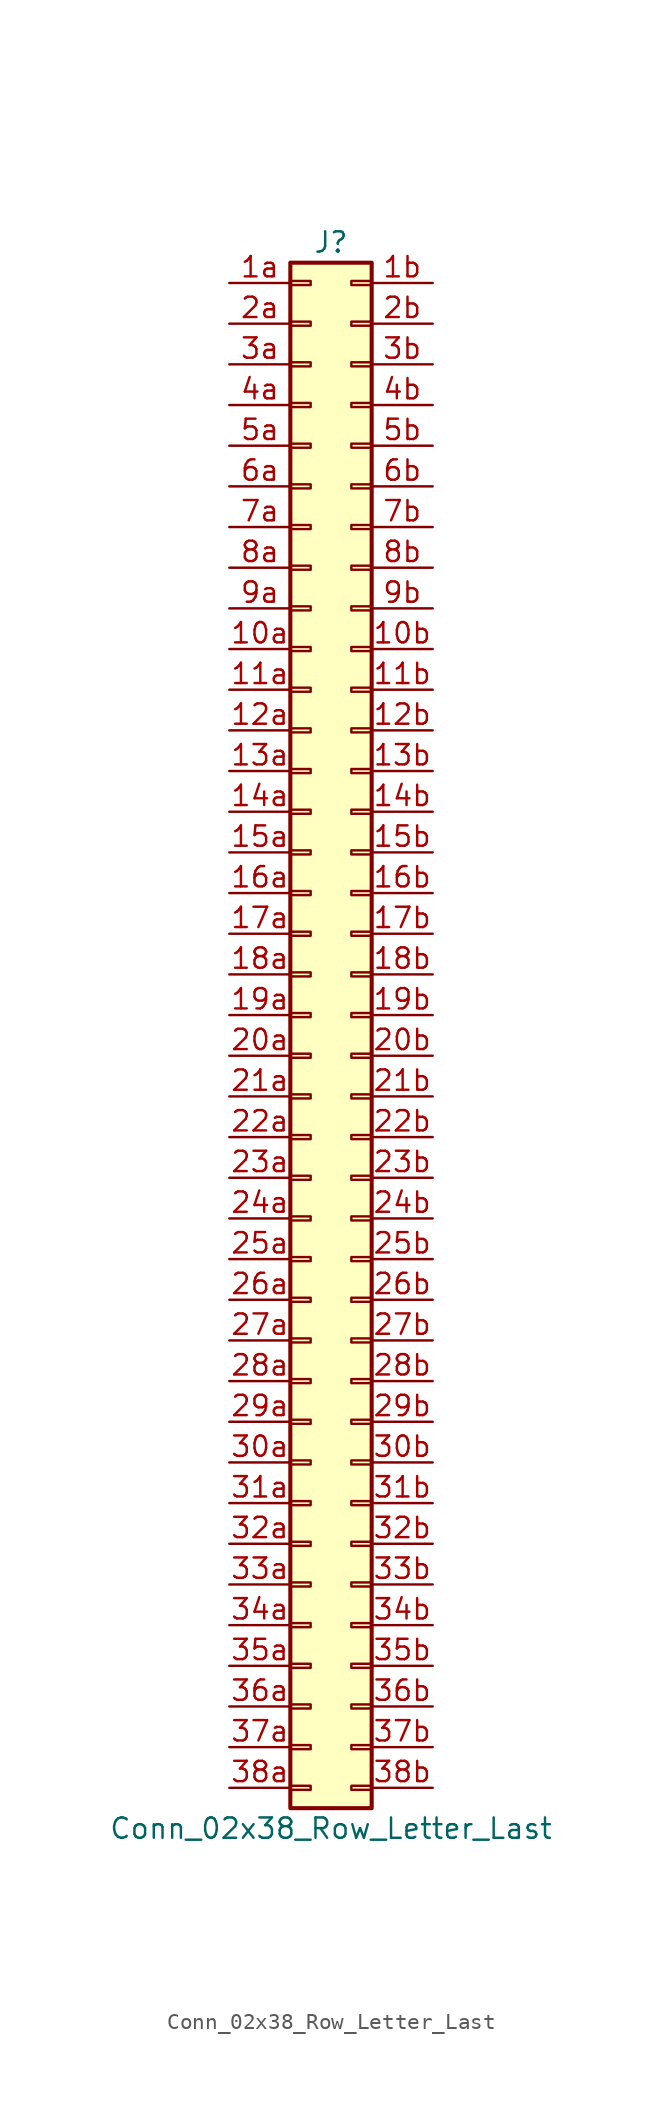
<source format=kicad_sym>
(kicad_symbol_lib
  (version 20201005)
  (generator kicad_symbol_editor)
  (symbol "Conn_02x38_Row_Letter_Last"
    (pin_names
      (offset 1.016) hide)
    (property "Reference" "J"
      (at 1.27 48.26 0)
      (effects (font (size 1.27 1.27))))
    (property "Value" "Conn_02x38_Row_Letter_Last"
      (at 1.27 -50.8 0)
      (effects (font (size 1.27 1.27))))
    (symbol "Conn_02x38_Row_Letter_Last_1_1"
      (rectangle (start -1.27 -48.133) (end 0 -48.387) (stroke (width 0.152)) (fill (type none)))
      (rectangle (start -1.27 -45.593) (end 0 -45.847) (stroke (width 0.152)) (fill (type none)))
      (rectangle (start -1.27 -43.053) (end 0 -43.307) (stroke (width 0.152)) (fill (type none)))
      (rectangle (start -1.27 -40.513) (end 0 -40.767) (stroke (width 0.152)) (fill (type none)))
      (rectangle (start -1.27 -37.973) (end 0 -38.227) (stroke (width 0.152)) (fill (type none)))
      (rectangle (start -1.27 -35.433) (end 0 -35.687) (stroke (width 0.152)) (fill (type none)))
      (rectangle (start -1.27 -32.893) (end 0 -33.147) (stroke (width 0.152)) (fill (type none)))
      (rectangle (start -1.27 -30.353) (end 0 -30.607) (stroke (width 0.152)) (fill (type none)))
      (rectangle (start -1.27 -27.813) (end 0 -28.067) (stroke (width 0.152)) (fill (type none)))
      (rectangle (start -1.27 -25.273) (end 0 -25.527) (stroke (width 0.152)) (fill (type none)))
      (rectangle (start -1.27 -22.733) (end 0 -22.987) (stroke (width 0.152)) (fill (type none)))
      (rectangle (start -1.27 -20.193) (end 0 -20.447) (stroke (width 0.152)) (fill (type none)))
      (rectangle (start -1.27 -17.653) (end 0 -17.907) (stroke (width 0.152)) (fill (type none)))
      (rectangle (start -1.27 -15.113) (end 0 -15.367) (stroke (width 0.152)) (fill (type none)))
      (rectangle (start -1.27 -12.573) (end 0 -12.827) (stroke (width 0.152)) (fill (type none)))
      (rectangle (start -1.27 -10.033) (end 0 -10.287) (stroke (width 0.152)) (fill (type none)))
      (rectangle (start -1.27 -7.493) (end 0 -7.747) (stroke (width 0.152)) (fill (type none)))
      (rectangle (start -1.27 -4.953) (end 0 -5.207) (stroke (width 0.152)) (fill (type none)))
      (rectangle (start -1.27 -2.413) (end 0 -2.667) (stroke (width 0.152)) (fill (type none)))
      (rectangle (start -1.27 0.127) (end 0 -0.127) (stroke (width 0.152)) (fill (type none)))
      (rectangle (start -1.27 2.667) (end 0 2.413) (stroke (width 0.152)) (fill (type none)))
      (rectangle (start -1.27 5.207) (end 0 4.953) (stroke (width 0.152)) (fill (type none)))
      (rectangle (start -1.27 7.747) (end 0 7.493) (stroke (width 0.152)) (fill (type none)))
      (rectangle (start -1.27 10.287) (end 0 10.033) (stroke (width 0.152)) (fill (type none)))
      (rectangle (start -1.27 12.827) (end 0 12.573) (stroke (width 0.152)) (fill (type none)))
      (rectangle (start -1.27 15.367) (end 0 15.113) (stroke (width 0.152)) (fill (type none)))
      (rectangle (start -1.27 17.907) (end 0 17.653) (stroke (width 0.152)) (fill (type none)))
      (rectangle (start -1.27 20.447) (end 0 20.193) (stroke (width 0.152)) (fill (type none)))
      (rectangle (start -1.27 22.987) (end 0 22.733) (stroke (width 0.152)) (fill (type none)))
      (rectangle (start -1.27 25.527) (end 0 25.273) (stroke (width 0.152)) (fill (type none)))
      (rectangle (start -1.27 28.067) (end 0 27.813) (stroke (width 0.152)) (fill (type none)))
      (rectangle (start -1.27 30.607) (end 0 30.353) (stroke (width 0.152)) (fill (type none)))
      (rectangle (start -1.27 33.147) (end 0 32.893) (stroke (width 0.152)) (fill (type none)))
      (rectangle (start -1.27 35.687) (end 0 35.433) (stroke (width 0.152)) (fill (type none)))
      (rectangle (start -1.27 38.227) (end 0 37.973) (stroke (width 0.152)) (fill (type none)))
      (rectangle (start -1.27 40.767) (end 0 40.513) (stroke (width 0.152)) (fill (type none)))
      (rectangle (start -1.27 43.307) (end 0 43.053) (stroke (width 0.152)) (fill (type none)))
      (rectangle (start -1.27 45.847) (end 0 45.593) (stroke (width 0.152)) (fill (type none)))
      (rectangle (start 3.81 -48.133) (end 2.54 -48.387) (stroke (width 0.152)) (fill (type none)))
      (rectangle (start 3.81 -45.593) (end 2.54 -45.847) (stroke (width 0.152)) (fill (type none)))
      (rectangle (start 3.81 -43.053) (end 2.54 -43.307) (stroke (width 0.152)) (fill (type none)))
      (rectangle (start 3.81 -40.513) (end 2.54 -40.767) (stroke (width 0.152)) (fill (type none)))
      (rectangle (start 3.81 -37.973) (end 2.54 -38.227) (stroke (width 0.152)) (fill (type none)))
      (rectangle (start 3.81 -35.433) (end 2.54 -35.687) (stroke (width 0.152)) (fill (type none)))
      (rectangle (start 3.81 -32.893) (end 2.54 -33.147) (stroke (width 0.152)) (fill (type none)))
      (rectangle (start 3.81 -30.353) (end 2.54 -30.607) (stroke (width 0.152)) (fill (type none)))
      (rectangle (start 3.81 -27.813) (end 2.54 -28.067) (stroke (width 0.152)) (fill (type none)))
      (rectangle (start 3.81 -25.273) (end 2.54 -25.527) (stroke (width 0.152)) (fill (type none)))
      (rectangle (start 3.81 -22.733) (end 2.54 -22.987) (stroke (width 0.152)) (fill (type none)))
      (rectangle (start 3.81 -20.193) (end 2.54 -20.447) (stroke (width 0.152)) (fill (type none)))
      (rectangle (start 3.81 -17.653) (end 2.54 -17.907) (stroke (width 0.152)) (fill (type none)))
      (rectangle (start 3.81 -15.113) (end 2.54 -15.367) (stroke (width 0.152)) (fill (type none)))
      (rectangle (start 3.81 -12.573) (end 2.54 -12.827) (stroke (width 0.152)) (fill (type none)))
      (rectangle (start 3.81 -10.033) (end 2.54 -10.287) (stroke (width 0.152)) (fill (type none)))
      (rectangle (start 3.81 -7.493) (end 2.54 -7.747) (stroke (width 0.152)) (fill (type none)))
      (rectangle (start 3.81 -4.953) (end 2.54 -5.207) (stroke (width 0.152)) (fill (type none)))
      (rectangle (start 3.81 -2.413) (end 2.54 -2.667) (stroke (width 0.152)) (fill (type none)))
      (rectangle (start 3.81 0.127) (end 2.54 -0.127) (stroke (width 0.152)) (fill (type none)))
      (rectangle (start 3.81 2.667) (end 2.54 2.413) (stroke (width 0.152)) (fill (type none)))
      (rectangle (start 3.81 5.207) (end 2.54 4.953) (stroke (width 0.152)) (fill (type none)))
      (rectangle (start 3.81 7.747) (end 2.54 7.493) (stroke (width 0.152)) (fill (type none)))
      (rectangle (start 3.81 10.287) (end 2.54 10.033) (stroke (width 0.152)) (fill (type none)))
      (rectangle (start 3.81 12.827) (end 2.54 12.573) (stroke (width 0.152)) (fill (type none)))
      (rectangle (start 3.81 15.367) (end 2.54 15.113) (stroke (width 0.152)) (fill (type none)))
      (rectangle (start 3.81 17.907) (end 2.54 17.653) (stroke (width 0.152)) (fill (type none)))
      (rectangle (start 3.81 20.447) (end 2.54 20.193) (stroke (width 0.152)) (fill (type none)))
      (rectangle (start 3.81 22.987) (end 2.54 22.733) (stroke (width 0.152)) (fill (type none)))
      (rectangle (start 3.81 25.527) (end 2.54 25.273) (stroke (width 0.152)) (fill (type none)))
      (rectangle (start 3.81 28.067) (end 2.54 27.813) (stroke (width 0.152)) (fill (type none)))
      (rectangle (start 3.81 30.607) (end 2.54 30.353) (stroke (width 0.152)) (fill (type none)))
      (rectangle (start 3.81 33.147) (end 2.54 32.893) (stroke (width 0.152)) (fill (type none)))
      (rectangle (start 3.81 35.687) (end 2.54 35.433) (stroke (width 0.152)) (fill (type none)))
      (rectangle (start 3.81 38.227) (end 2.54 37.973) (stroke (width 0.152)) (fill (type none)))
      (rectangle (start 3.81 40.767) (end 2.54 40.513) (stroke (width 0.152)) (fill (type none)))
      (rectangle (start 3.81 43.307) (end 2.54 43.053) (stroke (width 0.152)) (fill (type none)))
      (rectangle (start 3.81 45.847) (end 2.54 45.593) (stroke (width 0.152)) (fill (type none)))
      (rectangle (start -1.27 46.99) (end 3.81 -49.53) (stroke (width 0.254)) (fill (type background)))
      (pin passive line (at -5.08 22.86 0) (length 3.81) (name "Pin_10a" (effects (font (size 1.27 1.27)))) (number "10a" (effects (font (size 1.27 1.27)))))
      (pin passive line (at 7.62 22.86 180) (length 3.81) (name "Pin_10b" (effects (font (size 1.27 1.27)))) (number "10b" (effects (font (size 1.27 1.27)))))
      (pin passive line (at -5.08 20.32 0) (length 3.81) (name "Pin_11a" (effects (font (size 1.27 1.27)))) (number "11a" (effects (font (size 1.27 1.27)))))
      (pin passive line (at 7.62 20.32 180) (length 3.81) (name "Pin_11b" (effects (font (size 1.27 1.27)))) (number "11b" (effects (font (size 1.27 1.27)))))
      (pin passive line (at -5.08 17.78 0) (length 3.81) (name "Pin_12a" (effects (font (size 1.27 1.27)))) (number "12a" (effects (font (size 1.27 1.27)))))
      (pin passive line (at 7.62 17.78 180) (length 3.81) (name "Pin_12b" (effects (font (size 1.27 1.27)))) (number "12b" (effects (font (size 1.27 1.27)))))
      (pin passive line (at -5.08 15.24 0) (length 3.81) (name "Pin_13a" (effects (font (size 1.27 1.27)))) (number "13a" (effects (font (size 1.27 1.27)))))
      (pin passive line (at 7.62 15.24 180) (length 3.81) (name "Pin_13b" (effects (font (size 1.27 1.27)))) (number "13b" (effects (font (size 1.27 1.27)))))
      (pin passive line (at -5.08 12.7 0) (length 3.81) (name "Pin_14a" (effects (font (size 1.27 1.27)))) (number "14a" (effects (font (size 1.27 1.27)))))
      (pin passive line (at 7.62 12.7 180) (length 3.81) (name "Pin_14b" (effects (font (size 1.27 1.27)))) (number "14b" (effects (font (size 1.27 1.27)))))
      (pin passive line (at -5.08 10.16 0) (length 3.81) (name "Pin_15a" (effects (font (size 1.27 1.27)))) (number "15a" (effects (font (size 1.27 1.27)))))
      (pin passive line (at 7.62 10.16 180) (length 3.81) (name "Pin_15b" (effects (font (size 1.27 1.27)))) (number "15b" (effects (font (size 1.27 1.27)))))
      (pin passive line (at -5.08 7.62 0) (length 3.81) (name "Pin_16a" (effects (font (size 1.27 1.27)))) (number "16a" (effects (font (size 1.27 1.27)))))
      (pin passive line (at 7.62 7.62 180) (length 3.81) (name "Pin_16b" (effects (font (size 1.27 1.27)))) (number "16b" (effects (font (size 1.27 1.27)))))
      (pin passive line (at -5.08 5.08 0) (length 3.81) (name "Pin_17a" (effects (font (size 1.27 1.27)))) (number "17a" (effects (font (size 1.27 1.27)))))
      (pin passive line (at 7.62 5.08 180) (length 3.81) (name "Pin_17b" (effects (font (size 1.27 1.27)))) (number "17b" (effects (font (size 1.27 1.27)))))
      (pin passive line (at -5.08 2.54 0) (length 3.81) (name "Pin_18a" (effects (font (size 1.27 1.27)))) (number "18a" (effects (font (size 1.27 1.27)))))
      (pin passive line (at 7.62 2.54 180) (length 3.81) (name "Pin_18b" (effects (font (size 1.27 1.27)))) (number "18b" (effects (font (size 1.27 1.27)))))
      (pin passive line (at -5.08 0 0) (length 3.81) (name "Pin_19a" (effects (font (size 1.27 1.27)))) (number "19a" (effects (font (size 1.27 1.27)))))
      (pin passive line (at 7.62 0 180) (length 3.81) (name "Pin_19b" (effects (font (size 1.27 1.27)))) (number "19b" (effects (font (size 1.27 1.27)))))
      (pin passive line (at -5.08 45.72 0) (length 3.81) (name "Pin_1a" (effects (font (size 1.27 1.27)))) (number "1a" (effects (font (size 1.27 1.27)))))
      (pin passive line (at 7.62 45.72 180) (length 3.81) (name "Pin_1b" (effects (font (size 1.27 1.27)))) (number "1b" (effects (font (size 1.27 1.27)))))
      (pin passive line (at -5.08 -2.54 0) (length 3.81) (name "Pin_20a" (effects (font (size 1.27 1.27)))) (number "20a" (effects (font (size 1.27 1.27)))))
      (pin passive line (at 7.62 -2.54 180) (length 3.81) (name "Pin_20b" (effects (font (size 1.27 1.27)))) (number "20b" (effects (font (size 1.27 1.27)))))
      (pin passive line (at -5.08 -5.08 0) (length 3.81) (name "Pin_21a" (effects (font (size 1.27 1.27)))) (number "21a" (effects (font (size 1.27 1.27)))))
      (pin passive line (at 7.62 -5.08 180) (length 3.81) (name "Pin_21b" (effects (font (size 1.27 1.27)))) (number "21b" (effects (font (size 1.27 1.27)))))
      (pin passive line (at -5.08 -7.62 0) (length 3.81) (name "Pin_22a" (effects (font (size 1.27 1.27)))) (number "22a" (effects (font (size 1.27 1.27)))))
      (pin passive line (at 7.62 -7.62 180) (length 3.81) (name "Pin_22b" (effects (font (size 1.27 1.27)))) (number "22b" (effects (font (size 1.27 1.27)))))
      (pin passive line (at -5.08 -10.16 0) (length 3.81) (name "Pin_23a" (effects (font (size 1.27 1.27)))) (number "23a" (effects (font (size 1.27 1.27)))))
      (pin passive line (at 7.62 -10.16 180) (length 3.81) (name "Pin_23b" (effects (font (size 1.27 1.27)))) (number "23b" (effects (font (size 1.27 1.27)))))
      (pin passive line (at -5.08 -12.7 0) (length 3.81) (name "Pin_24a" (effects (font (size 1.27 1.27)))) (number "24a" (effects (font (size 1.27 1.27)))))
      (pin passive line (at 7.62 -12.7 180) (length 3.81) (name "Pin_24b" (effects (font (size 1.27 1.27)))) (number "24b" (effects (font (size 1.27 1.27)))))
      (pin passive line (at -5.08 -15.24 0) (length 3.81) (name "Pin_25a" (effects (font (size 1.27 1.27)))) (number "25a" (effects (font (size 1.27 1.27)))))
      (pin passive line (at 7.62 -15.24 180) (length 3.81) (name "Pin_25b" (effects (font (size 1.27 1.27)))) (number "25b" (effects (font (size 1.27 1.27)))))
      (pin passive line (at -5.08 -17.78 0) (length 3.81) (name "Pin_26a" (effects (font (size 1.27 1.27)))) (number "26a" (effects (font (size 1.27 1.27)))))
      (pin passive line (at 7.62 -17.78 180) (length 3.81) (name "Pin_26b" (effects (font (size 1.27 1.27)))) (number "26b" (effects (font (size 1.27 1.27)))))
      (pin passive line (at -5.08 -20.32 0) (length 3.81) (name "Pin_27a" (effects (font (size 1.27 1.27)))) (number "27a" (effects (font (size 1.27 1.27)))))
      (pin passive line (at 7.62 -20.32 180) (length 3.81) (name "Pin_27b" (effects (font (size 1.27 1.27)))) (number "27b" (effects (font (size 1.27 1.27)))))
      (pin passive line (at -5.08 -22.86 0) (length 3.81) (name "Pin_28a" (effects (font (size 1.27 1.27)))) (number "28a" (effects (font (size 1.27 1.27)))))
      (pin passive line (at 7.62 -22.86 180) (length 3.81) (name "Pin_28b" (effects (font (size 1.27 1.27)))) (number "28b" (effects (font (size 1.27 1.27)))))
      (pin passive line (at -5.08 -25.4 0) (length 3.81) (name "Pin_29a" (effects (font (size 1.27 1.27)))) (number "29a" (effects (font (size 1.27 1.27)))))
      (pin passive line (at 7.62 -25.4 180) (length 3.81) (name "Pin_29b" (effects (font (size 1.27 1.27)))) (number "29b" (effects (font (size 1.27 1.27)))))
      (pin passive line (at -5.08 43.18 0) (length 3.81) (name "Pin_2a" (effects (font (size 1.27 1.27)))) (number "2a" (effects (font (size 1.27 1.27)))))
      (pin passive line (at 7.62 43.18 180) (length 3.81) (name "Pin_2b" (effects (font (size 1.27 1.27)))) (number "2b" (effects (font (size 1.27 1.27)))))
      (pin passive line (at -5.08 -27.94 0) (length 3.81) (name "Pin_30a" (effects (font (size 1.27 1.27)))) (number "30a" (effects (font (size 1.27 1.27)))))
      (pin passive line (at 7.62 -27.94 180) (length 3.81) (name "Pin_30b" (effects (font (size 1.27 1.27)))) (number "30b" (effects (font (size 1.27 1.27)))))
      (pin passive line (at -5.08 -30.48 0) (length 3.81) (name "Pin_31a" (effects (font (size 1.27 1.27)))) (number "31a" (effects (font (size 1.27 1.27)))))
      (pin passive line (at 7.62 -30.48 180) (length 3.81) (name "Pin_31b" (effects (font (size 1.27 1.27)))) (number "31b" (effects (font (size 1.27 1.27)))))
      (pin passive line (at -5.08 -33.02 0) (length 3.81) (name "Pin_32a" (effects (font (size 1.27 1.27)))) (number "32a" (effects (font (size 1.27 1.27)))))
      (pin passive line (at 7.62 -33.02 180) (length 3.81) (name "Pin_32b" (effects (font (size 1.27 1.27)))) (number "32b" (effects (font (size 1.27 1.27)))))
      (pin passive line (at -5.08 -35.56 0) (length 3.81) (name "Pin_33a" (effects (font (size 1.27 1.27)))) (number "33a" (effects (font (size 1.27 1.27)))))
      (pin passive line (at 7.62 -35.56 180) (length 3.81) (name "Pin_33b" (effects (font (size 1.27 1.27)))) (number "33b" (effects (font (size 1.27 1.27)))))
      (pin passive line (at -5.08 -38.1 0) (length 3.81) (name "Pin_34a" (effects (font (size 1.27 1.27)))) (number "34a" (effects (font (size 1.27 1.27)))))
      (pin passive line (at 7.62 -38.1 180) (length 3.81) (name "Pin_34b" (effects (font (size 1.27 1.27)))) (number "34b" (effects (font (size 1.27 1.27)))))
      (pin passive line (at -5.08 -40.64 0) (length 3.81) (name "Pin_35a" (effects (font (size 1.27 1.27)))) (number "35a" (effects (font (size 1.27 1.27)))))
      (pin passive line (at 7.62 -40.64 180) (length 3.81) (name "Pin_35b" (effects (font (size 1.27 1.27)))) (number "35b" (effects (font (size 1.27 1.27)))))
      (pin passive line (at -5.08 -43.18 0) (length 3.81) (name "Pin_36a" (effects (font (size 1.27 1.27)))) (number "36a" (effects (font (size 1.27 1.27)))))
      (pin passive line (at 7.62 -43.18 180) (length 3.81) (name "Pin_36b" (effects (font (size 1.27 1.27)))) (number "36b" (effects (font (size 1.27 1.27)))))
      (pin passive line (at -5.08 -45.72 0) (length 3.81) (name "Pin_37a" (effects (font (size 1.27 1.27)))) (number "37a" (effects (font (size 1.27 1.27)))))
      (pin passive line (at 7.62 -45.72 180) (length 3.81) (name "Pin_37b" (effects (font (size 1.27 1.27)))) (number "37b" (effects (font (size 1.27 1.27)))))
      (pin passive line (at -5.08 -48.26 0) (length 3.81) (name "Pin_38a" (effects (font (size 1.27 1.27)))) (number "38a" (effects (font (size 1.27 1.27)))))
      (pin passive line (at 7.62 -48.26 180) (length 3.81) (name "Pin_38b" (effects (font (size 1.27 1.27)))) (number "38b" (effects (font (size 1.27 1.27)))))
      (pin passive line (at -5.08 40.64 0) (length 3.81) (name "Pin_3a" (effects (font (size 1.27 1.27)))) (number "3a" (effects (font (size 1.27 1.27)))))
      (pin passive line (at 7.62 40.64 180) (length 3.81) (name "Pin_3b" (effects (font (size 1.27 1.27)))) (number "3b" (effects (font (size 1.27 1.27)))))
      (pin passive line (at -5.08 38.1 0) (length 3.81) (name "Pin_4a" (effects (font (size 1.27 1.27)))) (number "4a" (effects (font (size 1.27 1.27)))))
      (pin passive line (at 7.62 38.1 180) (length 3.81) (name "Pin_4b" (effects (font (size 1.27 1.27)))) (number "4b" (effects (font (size 1.27 1.27)))))
      (pin passive line (at -5.08 35.56 0) (length 3.81) (name "Pin_5a" (effects (font (size 1.27 1.27)))) (number "5a" (effects (font (size 1.27 1.27)))))
      (pin passive line (at 7.62 35.56 180) (length 3.81) (name "Pin_5b" (effects (font (size 1.27 1.27)))) (number "5b" (effects (font (size 1.27 1.27)))))
      (pin passive line (at -5.08 33.02 0) (length 3.81) (name "Pin_6a" (effects (font (size 1.27 1.27)))) (number "6a" (effects (font (size 1.27 1.27)))))
      (pin passive line (at 7.62 33.02 180) (length 3.81) (name "Pin_6b" (effects (font (size 1.27 1.27)))) (number "6b" (effects (font (size 1.27 1.27)))))
      (pin passive line (at -5.08 30.48 0) (length 3.81) (name "Pin_7a" (effects (font (size 1.27 1.27)))) (number "7a" (effects (font (size 1.27 1.27)))))
      (pin passive line (at 7.62 30.48 180) (length 3.81) (name "Pin_7b" (effects (font (size 1.27 1.27)))) (number "7b" (effects (font (size 1.27 1.27)))))
      (pin passive line (at -5.08 27.94 0) (length 3.81) (name "Pin_8a" (effects (font (size 1.27 1.27)))) (number "8a" (effects (font (size 1.27 1.27)))))
      (pin passive line (at 7.62 27.94 180) (length 3.81) (name "Pin_8b" (effects (font (size 1.27 1.27)))) (number "8b" (effects (font (size 1.27 1.27)))))
      (pin passive line (at -5.08 25.4 0) (length 3.81) (name "Pin_9a" (effects (font (size 1.27 1.27)))) (number "9a" (effects (font (size 1.27 1.27)))))
      (pin passive line (at 7.62 25.4 180) (length 3.81) (name "Pin_9b" (effects (font (size 1.27 1.27)))) (number "9b" (effects (font (size 1.27 1.27))))))))
</source>
